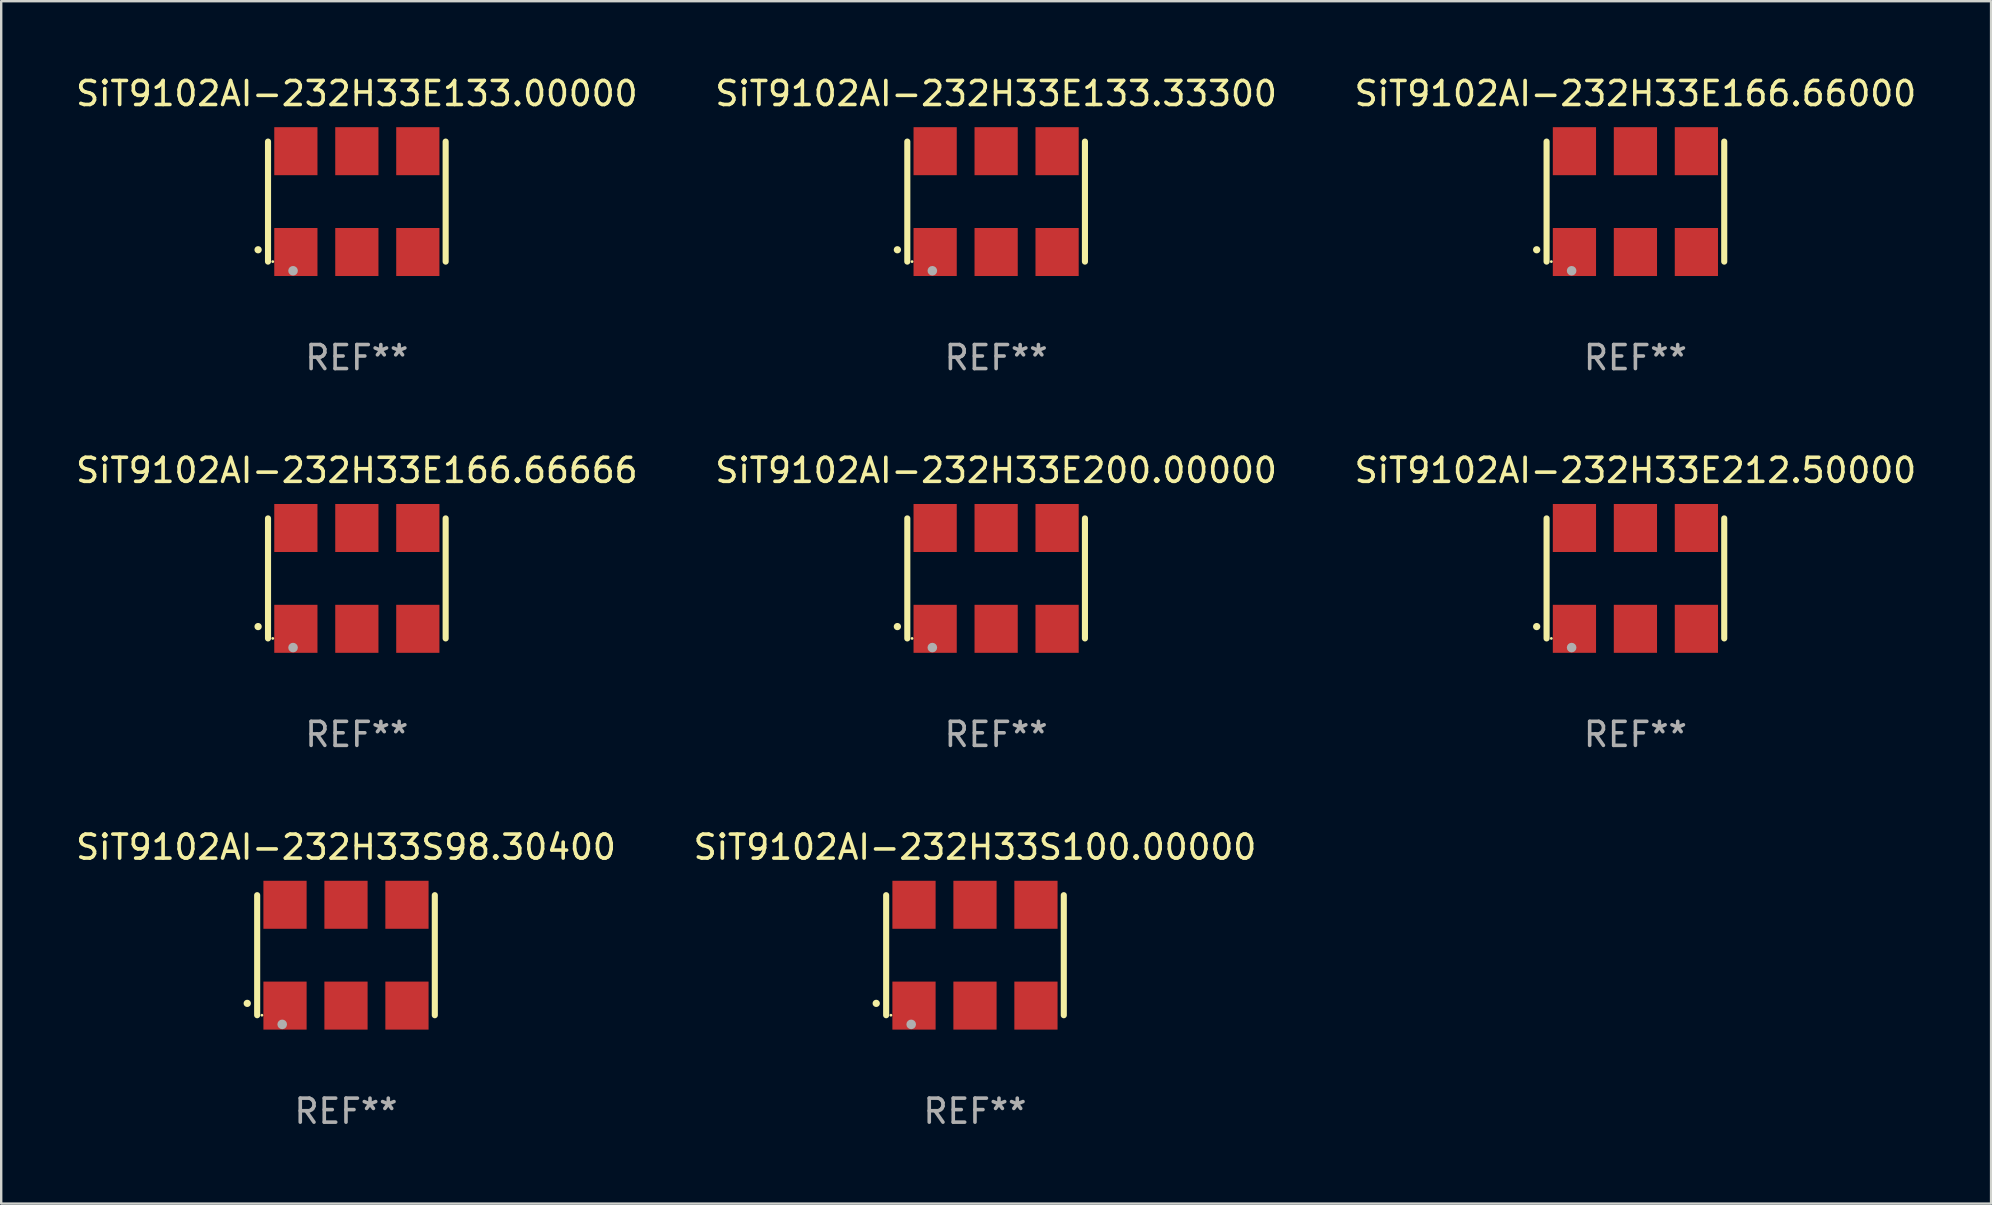
<source format=kicad_pcb>
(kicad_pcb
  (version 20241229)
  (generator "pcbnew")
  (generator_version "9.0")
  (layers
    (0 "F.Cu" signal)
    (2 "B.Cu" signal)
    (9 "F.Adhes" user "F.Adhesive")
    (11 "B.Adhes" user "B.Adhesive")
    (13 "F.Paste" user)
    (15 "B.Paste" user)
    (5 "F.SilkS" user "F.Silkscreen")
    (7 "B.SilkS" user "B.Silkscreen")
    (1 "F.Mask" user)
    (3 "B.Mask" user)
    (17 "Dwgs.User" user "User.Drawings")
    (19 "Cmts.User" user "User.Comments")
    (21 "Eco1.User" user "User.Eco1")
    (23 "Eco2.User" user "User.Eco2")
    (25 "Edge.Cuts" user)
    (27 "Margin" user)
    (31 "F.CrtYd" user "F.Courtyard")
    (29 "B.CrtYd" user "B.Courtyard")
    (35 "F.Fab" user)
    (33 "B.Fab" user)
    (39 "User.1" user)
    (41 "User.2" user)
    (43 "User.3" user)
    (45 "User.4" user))
  (footprint "SiT9102AI-232H33S100.00000"
    (layer "F.Cu")
    (at 37.565 36.741)
    (property "Reference" "SiT9102AI-232H33S100.00000" (at 0 -4.5 0) (layer "F.SilkS") (effects (font (size 1 1) (thickness 0.15))))
    (attr through_hole)
    (fp_line (start -3.7 -2.5) (end -3.7 2.5) (stroke (width 0.254) (type solid)) (layer "F.SilkS"))
    (fp_line (start 3.7 -2.5) (end 3.7 2.5) (stroke (width 0.254) (type solid)) (layer "F.SilkS"))
    (fp_arc (start -4.114415 2.006604) (mid -4.113145 2.006599) (end -4.111875 2.006604) (stroke (width 0.3) (type solid)) (layer "F.SilkS"))
    (fp_circle (center -3.502 2.5) (end -3.472 2.5) (stroke (width 0.06) (type solid)) (fill no) (layer "F.SilkS"))
    (fp_circle (center -2.657 2.882) (end -2.557 2.882) (stroke (width 0.2) (type solid)) (fill no) (layer "F.Fab"))
    (fp_text user "REF**" (at 0 6.5 0) (layer "F.Fab") (effects (font (size 1 1) (thickness 0.15))))
    (pad "1" smd rect (at -2.54 2.1) (size 1.8 2) (layers "F.Cu" "F.Mask" "F.Paste"))
    (pad "2" smd rect (at 0.000394 2.1) (size 1.8 2) (layers "F.Cu" "F.Mask" "F.Paste"))
    (pad "3" smd rect (at 2.54 2.1) (size 1.8 2) (layers "F.Cu" "F.Mask" "F.Paste"))
    (pad "4" smd rect (at 2.54 -2.1) (size 1.8 2) (layers "F.Cu" "F.Mask" "F.Paste"))
    (pad "5" smd rect (at 0.000394 -2.1) (size 1.8 2) (layers "F.Cu" "F.Mask" "F.Paste"))
    (pad "6" smd rect (at -2.54 -2.1) (size 1.8 2) (layers "F.Cu" "F.Mask" "F.Paste")))
  (footprint "SiT9102AI-232H33E166.66666"
    (layer "F.Cu")
    (at 11.815 21.045)
    (property "Reference" "SiT9102AI-232H33E166.66666" (at 0 -4.5 0) (layer "F.SilkS") (effects (font (size 1 1) (thickness 0.15))))
    (attr through_hole)
    (fp_line (start -3.7 -2.5) (end -3.7 2.5) (stroke (width 0.254) (type solid)) (layer "F.SilkS"))
    (fp_line (start 3.7 -2.5) (end 3.7 2.5) (stroke (width 0.254) (type solid)) (layer "F.SilkS"))
    (fp_arc (start -4.114415 2.006604) (mid -4.113145 2.006599) (end -4.111875 2.006604) (stroke (width 0.3) (type solid)) (layer "F.SilkS"))
    (fp_circle (center -3.502 2.5) (end -3.472 2.5) (stroke (width 0.06) (type solid)) (fill no) (layer "F.SilkS"))
    (fp_circle (center -2.657 2.882) (end -2.557 2.882) (stroke (width 0.2) (type solid)) (fill no) (layer "F.Fab"))
    (fp_text user "REF**" (at 0 6.5 0) (layer "F.Fab") (effects (font (size 1 1) (thickness 0.15))))
    (pad "1" smd rect (at -2.54 2.1) (size 1.8 2) (layers "F.Cu" "F.Mask" "F.Paste"))
    (pad "2" smd rect (at 0.000394 2.1) (size 1.8 2) (layers "F.Cu" "F.Mask" "F.Paste"))
    (pad "3" smd rect (at 2.54 2.1) (size 1.8 2) (layers "F.Cu" "F.Mask" "F.Paste"))
    (pad "4" smd rect (at 2.54 -2.1) (size 1.8 2) (layers "F.Cu" "F.Mask" "F.Paste"))
    (pad "5" smd rect (at 0.000394 -2.1) (size 1.8 2) (layers "F.Cu" "F.Mask" "F.Paste"))
    (pad "6" smd rect (at -2.54 -2.1) (size 1.8 2) (layers "F.Cu" "F.Mask" "F.Paste")))
  (footprint "SiT9102AI-232H33S98.30400"
    (layer "F.Cu")
    (at 11.363 36.741)
    (property "Reference" "SiT9102AI-232H33S98.30400" (at 0 -4.5 0) (layer "F.SilkS") (effects (font (size 1 1) (thickness 0.15))))
    (attr through_hole)
    (fp_line (start -3.7 -2.5) (end -3.7 2.5) (stroke (width 0.254) (type solid)) (layer "F.SilkS"))
    (fp_line (start 3.7 -2.5) (end 3.7 2.5) (stroke (width 0.254) (type solid)) (layer "F.SilkS"))
    (fp_arc (start -4.114415 2.006604) (mid -4.113145 2.006599) (end -4.111875 2.006604) (stroke (width 0.3) (type solid)) (layer "F.SilkS"))
    (fp_circle (center -3.502 2.5) (end -3.472 2.5) (stroke (width 0.06) (type solid)) (fill no) (layer "F.SilkS"))
    (fp_circle (center -2.657 2.882) (end -2.557 2.882) (stroke (width 0.2) (type solid)) (fill no) (layer "F.Fab"))
    (fp_text user "REF**" (at 0 6.5 0) (layer "F.Fab") (effects (font (size 1 1) (thickness 0.15))))
    (pad "1" smd rect (at -2.54 2.1) (size 1.8 2) (layers "F.Cu" "F.Mask" "F.Paste"))
    (pad "2" smd rect (at 0.000394 2.1) (size 1.8 2) (layers "F.Cu" "F.Mask" "F.Paste"))
    (pad "3" smd rect (at 2.54 2.1) (size 1.8 2) (layers "F.Cu" "F.Mask" "F.Paste"))
    (pad "4" smd rect (at 2.54 -2.1) (size 1.8 2) (layers "F.Cu" "F.Mask" "F.Paste"))
    (pad "5" smd rect (at 0.000394 -2.1) (size 1.8 2) (layers "F.Cu" "F.Mask" "F.Paste"))
    (pad "6" smd rect (at -2.54 -2.1) (size 1.8 2) (layers "F.Cu" "F.Mask" "F.Paste")))
  (footprint "SiT9102AI-232H33E166.66000"
    (layer "F.Cu")
    (at 65.077 5.348)
    (property "Reference" "SiT9102AI-232H33E166.66000" (at 0 -4.5 0) (layer "F.SilkS") (effects (font (size 1 1) (thickness 0.15))))
    (attr through_hole)
    (fp_line (start -3.7 -2.5) (end -3.7 2.5) (stroke (width 0.254) (type solid)) (layer "F.SilkS"))
    (fp_line (start 3.7 -2.5) (end 3.7 2.5) (stroke (width 0.254) (type solid)) (layer "F.SilkS"))
    (fp_arc (start -4.114415 2.006604) (mid -4.113145 2.006599) (end -4.111875 2.006604) (stroke (width 0.3) (type solid)) (layer "F.SilkS"))
    (fp_circle (center -3.502 2.5) (end -3.472 2.5) (stroke (width 0.06) (type solid)) (fill no) (layer "F.SilkS"))
    (fp_circle (center -2.657 2.882) (end -2.557 2.882) (stroke (width 0.2) (type solid)) (fill no) (layer "F.Fab"))
    (fp_text user "REF**" (at 0 6.5 0) (layer "F.Fab") (effects (font (size 1 1) (thickness 0.15))))
    (pad "1" smd rect (at -2.54 2.1) (size 1.8 2) (layers "F.Cu" "F.Mask" "F.Paste"))
    (pad "2" smd rect (at 0.000394 2.1) (size 1.8 2) (layers "F.Cu" "F.Mask" "F.Paste"))
    (pad "3" smd rect (at 2.54 2.1) (size 1.8 2) (layers "F.Cu" "F.Mask" "F.Paste"))
    (pad "4" smd rect (at 2.54 -2.1) (size 1.8 2) (layers "F.Cu" "F.Mask" "F.Paste"))
    (pad "5" smd rect (at 0.000394 -2.1) (size 1.8 2) (layers "F.Cu" "F.Mask" "F.Paste"))
    (pad "6" smd rect (at -2.54 -2.1) (size 1.8 2) (layers "F.Cu" "F.Mask" "F.Paste")))
  (footprint "SiT9102AI-232H33E212.50000"
    (layer "F.Cu")
    (at 65.077 21.045)
    (property "Reference" "SiT9102AI-232H33E212.50000" (at 0 -4.5 0) (layer "F.SilkS") (effects (font (size 1 1) (thickness 0.15))))
    (attr through_hole)
    (fp_line (start -3.7 -2.5) (end -3.7 2.5) (stroke (width 0.254) (type solid)) (layer "F.SilkS"))
    (fp_line (start 3.7 -2.5) (end 3.7 2.5) (stroke (width 0.254) (type solid)) (layer "F.SilkS"))
    (fp_arc (start -4.114415 2.006604) (mid -4.113145 2.006599) (end -4.111875 2.006604) (stroke (width 0.3) (type solid)) (layer "F.SilkS"))
    (fp_circle (center -3.502 2.5) (end -3.472 2.5) (stroke (width 0.06) (type solid)) (fill no) (layer "F.SilkS"))
    (fp_circle (center -2.657 2.882) (end -2.557 2.882) (stroke (width 0.2) (type solid)) (fill no) (layer "F.Fab"))
    (fp_text user "REF**" (at 0 6.5 0) (layer "F.Fab") (effects (font (size 1 1) (thickness 0.15))))
    (pad "1" smd rect (at -2.54 2.1) (size 1.8 2) (layers "F.Cu" "F.Mask" "F.Paste"))
    (pad "2" smd rect (at 0.000394 2.1) (size 1.8 2) (layers "F.Cu" "F.Mask" "F.Paste"))
    (pad "3" smd rect (at 2.54 2.1) (size 1.8 2) (layers "F.Cu" "F.Mask" "F.Paste"))
    (pad "4" smd rect (at 2.54 -2.1) (size 1.8 2) (layers "F.Cu" "F.Mask" "F.Paste"))
    (pad "5" smd rect (at 0.000394 -2.1) (size 1.8 2) (layers "F.Cu" "F.Mask" "F.Paste"))
    (pad "6" smd rect (at -2.54 -2.1) (size 1.8 2) (layers "F.Cu" "F.Mask" "F.Paste")))
  (footprint "SiT9102AI-232H33E133.33300"
    (layer "F.Cu")
    (at 38.446 5.348)
    (property "Reference" "SiT9102AI-232H33E133.33300" (at 0 -4.5 0) (layer "F.SilkS") (effects (font (size 1 1) (thickness 0.15))))
    (attr through_hole)
    (fp_line (start -3.7 -2.5) (end -3.7 2.5) (stroke (width 0.254) (type solid)) (layer "F.SilkS"))
    (fp_line (start 3.7 -2.5) (end 3.7 2.5) (stroke (width 0.254) (type solid)) (layer "F.SilkS"))
    (fp_arc (start -4.114415 2.006604) (mid -4.113145 2.006599) (end -4.111875 2.006604) (stroke (width 0.3) (type solid)) (layer "F.SilkS"))
    (fp_circle (center -3.502 2.5) (end -3.472 2.5) (stroke (width 0.06) (type solid)) (fill no) (layer "F.SilkS"))
    (fp_circle (center -2.657 2.882) (end -2.557 2.882) (stroke (width 0.2) (type solid)) (fill no) (layer "F.Fab"))
    (fp_text user "REF**" (at 0 6.5 0) (layer "F.Fab") (effects (font (size 1 1) (thickness 0.15))))
    (pad "1" smd rect (at -2.54 2.1) (size 1.8 2) (layers "F.Cu" "F.Mask" "F.Paste"))
    (pad "2" smd rect (at 0.000394 2.1) (size 1.8 2) (layers "F.Cu" "F.Mask" "F.Paste"))
    (pad "3" smd rect (at 2.54 2.1) (size 1.8 2) (layers "F.Cu" "F.Mask" "F.Paste"))
    (pad "4" smd rect (at 2.54 -2.1) (size 1.8 2) (layers "F.Cu" "F.Mask" "F.Paste"))
    (pad "5" smd rect (at 0.000394 -2.1) (size 1.8 2) (layers "F.Cu" "F.Mask" "F.Paste"))
    (pad "6" smd rect (at -2.54 -2.1) (size 1.8 2) (layers "F.Cu" "F.Mask" "F.Paste")))
  (footprint "SiT9102AI-232H33E133.00000"
    (layer "F.Cu")
    (at 11.815 5.348)
    (property "Reference" "SiT9102AI-232H33E133.00000" (at 0 -4.5 0) (layer "F.SilkS") (effects (font (size 1 1) (thickness 0.15))))
    (attr through_hole)
    (fp_line (start -3.7 -2.5) (end -3.7 2.5) (stroke (width 0.254) (type solid)) (layer "F.SilkS"))
    (fp_line (start 3.7 -2.5) (end 3.7 2.5) (stroke (width 0.254) (type solid)) (layer "F.SilkS"))
    (fp_arc (start -4.114415 2.006604) (mid -4.113145 2.006599) (end -4.111875 2.006604) (stroke (width 0.3) (type solid)) (layer "F.SilkS"))
    (fp_circle (center -3.502 2.5) (end -3.472 2.5) (stroke (width 0.06) (type solid)) (fill no) (layer "F.SilkS"))
    (fp_circle (center -2.657 2.882) (end -2.557 2.882) (stroke (width 0.2) (type solid)) (fill no) (layer "F.Fab"))
    (fp_text user "REF**" (at 0 6.5 0) (layer "F.Fab") (effects (font (size 1 1) (thickness 0.15))))
    (pad "1" smd rect (at -2.54 2.1) (size 1.8 2) (layers "F.Cu" "F.Mask" "F.Paste"))
    (pad "2" smd rect (at 0.000394 2.1) (size 1.8 2) (layers "F.Cu" "F.Mask" "F.Paste"))
    (pad "3" smd rect (at 2.54 2.1) (size 1.8 2) (layers "F.Cu" "F.Mask" "F.Paste"))
    (pad "4" smd rect (at 2.54 -2.1) (size 1.8 2) (layers "F.Cu" "F.Mask" "F.Paste"))
    (pad "5" smd rect (at 0.000394 -2.1) (size 1.8 2) (layers "F.Cu" "F.Mask" "F.Paste"))
    (pad "6" smd rect (at -2.54 -2.1) (size 1.8 2) (layers "F.Cu" "F.Mask" "F.Paste")))
  (footprint "SiT9102AI-232H33E200.00000"
    (layer "F.Cu")
    (at 38.446 21.045)
    (property "Reference" "SiT9102AI-232H33E200.00000" (at 0 -4.5 0) (layer "F.SilkS") (effects (font (size 1 1) (thickness 0.15))))
    (attr through_hole)
    (fp_line (start -3.7 -2.5) (end -3.7 2.5) (stroke (width 0.254) (type solid)) (layer "F.SilkS"))
    (fp_line (start 3.7 -2.5) (end 3.7 2.5) (stroke (width 0.254) (type solid)) (layer "F.SilkS"))
    (fp_arc (start -4.114415 2.006604) (mid -4.113145 2.006599) (end -4.111875 2.006604) (stroke (width 0.3) (type solid)) (layer "F.SilkS"))
    (fp_circle (center -3.502 2.5) (end -3.472 2.5) (stroke (width 0.06) (type solid)) (fill no) (layer "F.SilkS"))
    (fp_circle (center -2.657 2.882) (end -2.557 2.882) (stroke (width 0.2) (type solid)) (fill no) (layer "F.Fab"))
    (fp_text user "REF**" (at 0 6.5 0) (layer "F.Fab") (effects (font (size 1 1) (thickness 0.15))))
    (pad "1" smd rect (at -2.54 2.1) (size 1.8 2) (layers "F.Cu" "F.Mask" "F.Paste"))
    (pad "2" smd rect (at 0.000394 2.1) (size 1.8 2) (layers "F.Cu" "F.Mask" "F.Paste"))
    (pad "3" smd rect (at 2.54 2.1) (size 1.8 2) (layers "F.Cu" "F.Mask" "F.Paste"))
    (pad "4" smd rect (at 2.54 -2.1) (size 1.8 2) (layers "F.Cu" "F.Mask" "F.Paste"))
    (pad "5" smd rect (at 0.000394 -2.1) (size 1.8 2) (layers "F.Cu" "F.Mask" "F.Paste"))
    (pad "6" smd rect (at -2.54 -2.1) (size 1.8 2) (layers "F.Cu" "F.Mask" "F.Paste")))
  (gr_rect
    (start -3 -3)
    (end 79.893 47.09)
    (stroke (width 0.1) (type default))
    (fill no)
    (layer "Edge.Cuts")))
</source>
